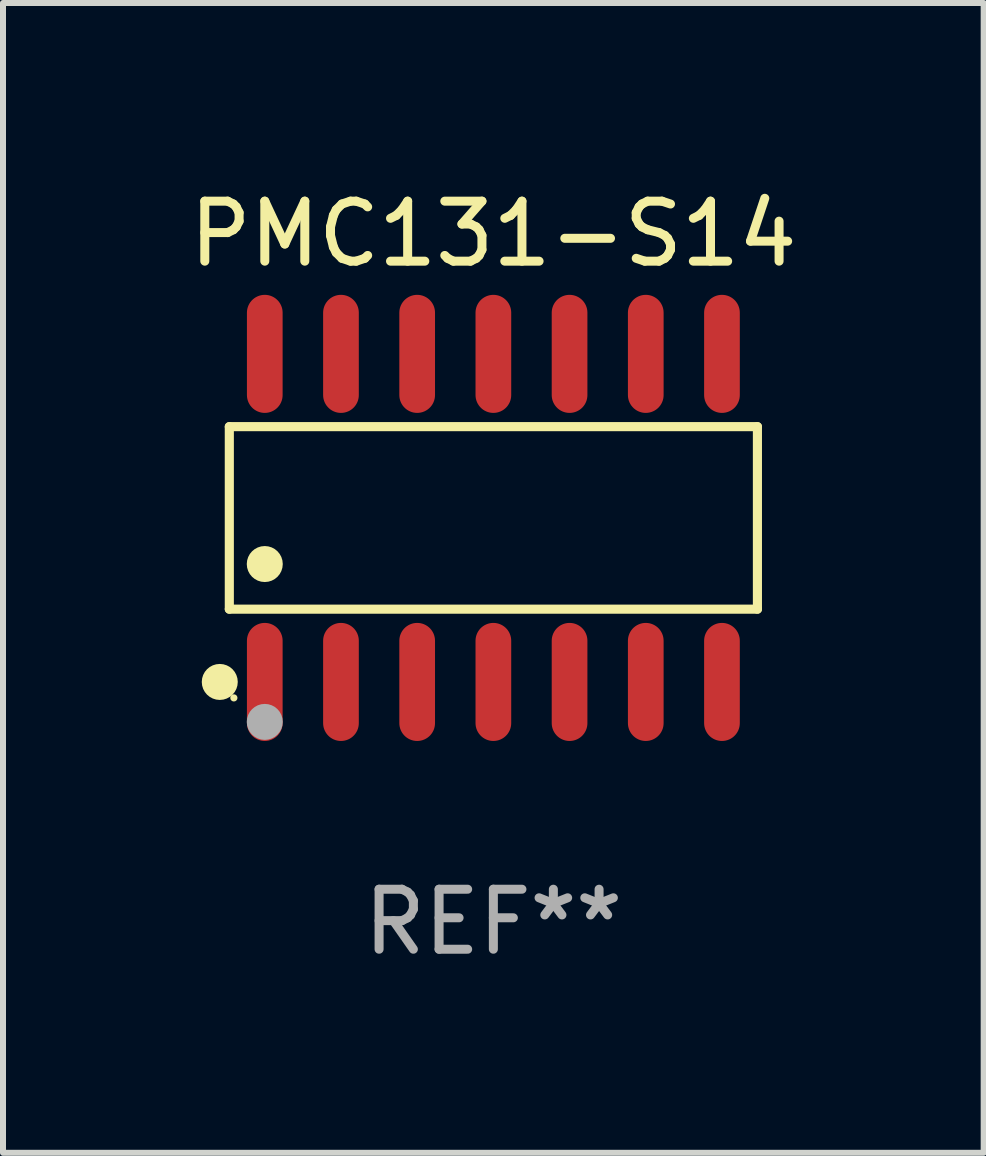
<source format=kicad_pcb>
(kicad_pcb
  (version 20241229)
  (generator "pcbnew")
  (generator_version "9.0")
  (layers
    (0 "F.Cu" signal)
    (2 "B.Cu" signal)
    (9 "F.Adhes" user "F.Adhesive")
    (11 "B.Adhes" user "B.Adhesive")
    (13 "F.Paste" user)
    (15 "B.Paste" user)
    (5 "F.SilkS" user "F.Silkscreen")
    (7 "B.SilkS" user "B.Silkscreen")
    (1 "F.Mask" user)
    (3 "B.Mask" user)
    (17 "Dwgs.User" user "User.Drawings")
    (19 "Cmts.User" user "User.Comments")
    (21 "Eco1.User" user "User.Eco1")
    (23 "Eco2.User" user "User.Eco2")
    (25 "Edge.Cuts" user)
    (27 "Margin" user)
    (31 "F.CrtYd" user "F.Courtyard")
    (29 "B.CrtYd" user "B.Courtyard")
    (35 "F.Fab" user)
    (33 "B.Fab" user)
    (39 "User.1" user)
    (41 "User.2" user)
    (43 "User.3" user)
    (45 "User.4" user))
  (footprint "PMC131-S14"
    (layer "F.Cu")
    (at 5.173 5.582)
    (property "Reference" "PMC131-S14" (at 0 -4.734 0) (layer "F.SilkS") (effects (font (size 1 1) (thickness 0.15))))
    (attr through_hole)
    (fp_line (start -4.401 -1.521) (end 4.401 -1.521) (stroke (width 0.152) (type solid)) (layer "F.SilkS"))
    (fp_line (start -4.401 1.521) (end -4.401 -1.521) (stroke (width 0.152) (type solid)) (layer "F.SilkS"))
    (fp_line (start 4.401 -1.521) (end 4.401 1.521) (stroke (width 0.152) (type solid)) (layer "F.SilkS"))
    (fp_line (start 4.401 1.521) (end -4.401 1.521) (stroke (width 0.152) (type solid)) (layer "F.SilkS"))
    (fp_circle (center -4.56 2.734) (end -4.41 2.734) (stroke (width 0.3) (type solid)) (fill no) (layer "F.SilkS"))
    (fp_circle (center -4.325 3) (end -4.295 3) (stroke (width 0.06) (type solid)) (fill no) (layer "F.SilkS"))
    (fp_circle (center -3.81 0.769) (end -3.66 0.769) (stroke (width 0.3) (type solid)) (fill no) (layer "F.SilkS"))
    (fp_circle (center -3.81 3.4) (end -3.66 3.4) (stroke (width 0.3) (type solid)) (fill no) (layer "F.Fab"))
    (fp_text user "REF**" (at 0 6.734 0) (layer "F.Fab") (effects (font (size 1 1) (thickness 0.15))))
    (pad "1" smd oval (at -3.81 2.734) (size 0.595 1.968) (layers "F.Cu" "F.Mask" "F.Paste"))
    (pad "2" smd oval (at -2.54 2.734) (size 0.595 1.968) (layers "F.Cu" "F.Mask" "F.Paste"))
    (pad "3" smd oval (at -1.27 2.734) (size 0.595 1.968) (layers "F.Cu" "F.Mask" "F.Paste"))
    (pad "4" smd oval (at 0 2.734) (size 0.595 1.968) (layers "F.Cu" "F.Mask" "F.Paste"))
    (pad "5" smd oval (at 1.27 2.734) (size 0.595 1.968) (layers "F.Cu" "F.Mask" "F.Paste"))
    (pad "6" smd oval (at 2.54 2.734) (size 0.595 1.968) (layers "F.Cu" "F.Mask" "F.Paste"))
    (pad "7" smd oval (at 3.81 2.734) (size 0.595 1.968) (layers "F.Cu" "F.Mask" "F.Paste"))
    (pad "8" smd oval (at 3.81 -2.734) (size 0.595 1.968) (layers "F.Cu" "F.Mask" "F.Paste"))
    (pad "9" smd oval (at 2.54 -2.734) (size 0.595 1.968) (layers "F.Cu" "F.Mask" "F.Paste"))
    (pad "10" smd oval (at 1.27 -2.734) (size 0.595 1.968) (layers "F.Cu" "F.Mask" "F.Paste"))
    (pad "11" smd oval (at 0 -2.734) (size 0.595 1.968) (layers "F.Cu" "F.Mask" "F.Paste"))
    (pad "12" smd oval (at -1.27 -2.734) (size 0.595 1.968) (layers "F.Cu" "F.Mask" "F.Paste"))
    (pad "13" smd oval (at -2.54 -2.734) (size 0.595 1.968) (layers "F.Cu" "F.Mask" "F.Paste"))
    (pad "14" smd oval (at -3.81 -2.734) (size 0.595 1.968) (layers "F.Cu" "F.Mask" "F.Paste")))
  (gr_rect
    (start -3 -3)
    (end 13.345 16.164)
    (stroke (width 0.1) (type default))
    (fill no)
    (layer "Edge.Cuts")))
</source>
